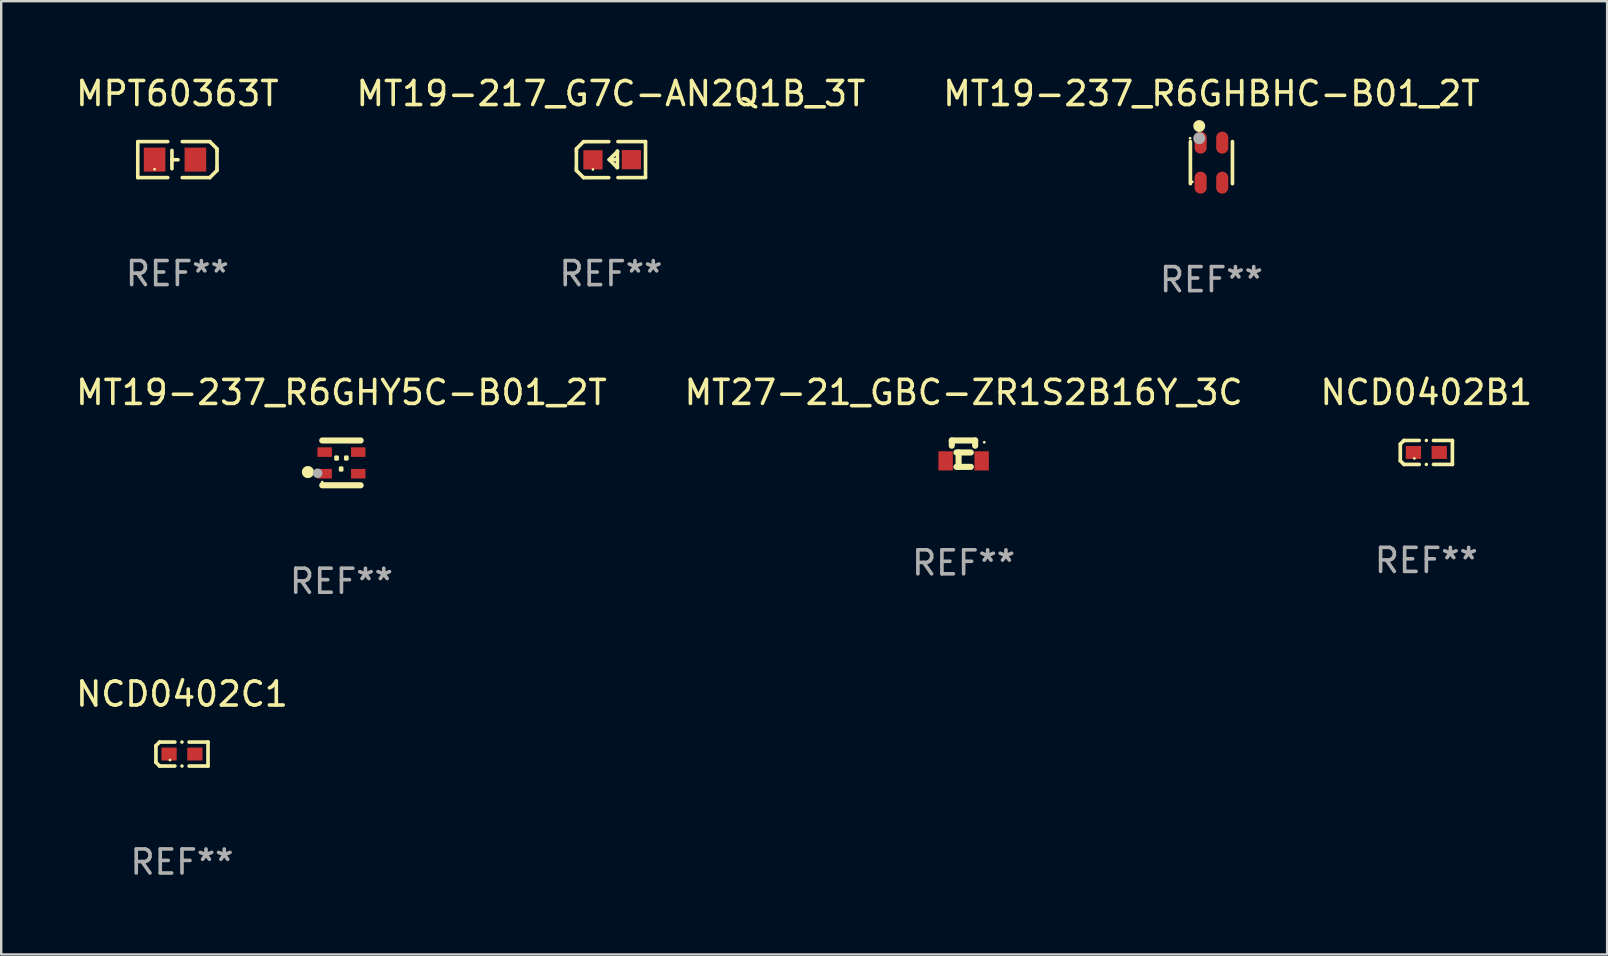
<source format=kicad_pcb>
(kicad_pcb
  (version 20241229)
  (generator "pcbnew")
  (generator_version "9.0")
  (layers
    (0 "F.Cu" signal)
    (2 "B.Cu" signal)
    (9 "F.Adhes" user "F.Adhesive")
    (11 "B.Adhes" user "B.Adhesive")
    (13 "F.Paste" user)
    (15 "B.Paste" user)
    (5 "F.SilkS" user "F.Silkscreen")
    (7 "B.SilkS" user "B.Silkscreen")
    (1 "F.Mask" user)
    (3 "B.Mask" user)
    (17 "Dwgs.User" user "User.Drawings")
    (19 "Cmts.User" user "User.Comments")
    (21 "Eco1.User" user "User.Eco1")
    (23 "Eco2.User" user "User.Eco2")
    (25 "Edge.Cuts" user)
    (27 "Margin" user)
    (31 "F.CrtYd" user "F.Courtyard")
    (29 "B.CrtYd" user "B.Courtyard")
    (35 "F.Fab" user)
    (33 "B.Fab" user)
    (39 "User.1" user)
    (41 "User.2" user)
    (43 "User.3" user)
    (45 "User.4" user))
  (footprint "MT19-217_G7C-AN2Q1B_3T"
    (layer "F.Cu")
    (at 22.399 3.599)
    (property "Reference" "MT19-217_G7C-AN2Q1B_3T" (at 0 -2.751 0) (layer "F.SilkS") (effects (font (size 1 1) (thickness 0.15))))
    (attr through_hole)
    (fp_line (start -1.44 -0.449) (end -1.14 -0.749) (stroke (width 0.15) (type solid)) (layer "F.SilkS"))
    (fp_line (start -1.44 -0.349) (end -1.44 -0.449) (stroke (width 0.15) (type solid)) (layer "F.SilkS"))
    (fp_line (start -1.44 -0.349) (end -1.44 0.351) (stroke (width 0.15) (type solid)) (layer "F.SilkS"))
    (fp_line (start -1.44 0.351) (end -1.44 0.451) (stroke (width 0.15) (type solid)) (layer "F.SilkS"))
    (fp_line (start -1.44 0.451) (end -1.14 0.751) (stroke (width 0.15) (type solid)) (layer "F.SilkS"))
    (fp_line (start -0.09 -0.749) (end -1.14 -0.749) (stroke (width 0.15) (type solid)) (layer "F.SilkS"))
    (fp_line (start -0.09 0.751) (end -1.14 0.751) (stroke (width 0.15) (type solid)) (layer "F.SilkS"))
    (fp_line (start 0.26 0.329) (end -0.07 -0.001) (stroke (width 0.15) (type solid)) (layer "F.SilkS"))
    (fp_line (start 0.27 -0.351) (end 0.27 -0.341) (stroke (width 0.15) (type solid)) (layer "F.SilkS"))
    (fp_line (start 0.27 -0.351) (end 0.27 0.329) (stroke (width 0.15) (type solid)) (layer "F.SilkS"))
    (fp_line (start 0.27 -0.341) (end -0.07 -0.001) (stroke (width 0.15) (type solid)) (layer "F.SilkS"))
    (fp_line (start 0.27 -0.001) (end -0.07 -0.001) (stroke (width 0.15) (type solid)) (layer "F.SilkS"))
    (fp_line (start 0.27 0.329) (end 0.26 0.329) (stroke (width 0.15) (type solid)) (layer "F.SilkS"))
    (fp_line (start 0.29 -0.751) (end 1.44 -0.751) (stroke (width 0.15) (type solid)) (layer "F.SilkS"))
    (fp_line (start 0.29 0.749) (end 1.44 0.749) (stroke (width 0.15) (type solid)) (layer "F.SilkS"))
    (fp_line (start 1.44 -0.751) (end 1.44 0.729) (stroke (width 0.15) (type solid)) (layer "F.SilkS"))
    (fp_circle (center -0.75 0.409) (end -0.72 0.409) (stroke (width 0.06) (type solid)) (fill no) (layer "F.SilkS"))
    (fp_text user "REF**" (at 0 4.751 0) (layer "F.Fab") (effects (font (size 1 1) (thickness 0.15))))
    (pad "1" smd rect (at -0.75 0.009 90) (size 0.8 0.8) (layers "F.Cu" "F.Mask" "F.Paste"))
    (pad "2" smd rect (at 0.849 0.002 90) (size 0.8 0.8) (layers "F.Cu" "F.Mask" "F.Paste")))
  (footprint "MT19-237_R6GHBHC-B01_2T"
    (layer "F.Cu")
    (at 47.411 3.724)
    (property "Reference" "MT19-237_R6GHBHC-B01_2T" (at 0 -2.876 0) (layer "F.SilkS") (effects (font (size 1 1) (thickness 0.15))))
    (attr through_hole)
    (fp_line (start -0.876 0.876) (end -0.876 -0.876) (stroke (width 0.152) (type solid)) (layer "F.SilkS"))
    (fp_line (start 0.876 0.876) (end 0.876 -0.876) (stroke (width 0.152) (type solid)) (layer "F.SilkS"))
    (fp_circle (center -0.889 -1.016) (end -0.859 -1.016) (stroke (width 0.06) (type solid)) (fill no) (layer "F.SilkS"))
    (fp_circle (center -0.8 0.8) (end -0.77 0.8) (stroke (width 0.06) (type solid)) (fill no) (layer "F.SilkS"))
    (fp_circle (center -0.508 -1.524) (end -0.383 -1.524) (stroke (width 0.25) (type solid)) (fill no) (layer "F.SilkS"))
    (fp_circle (center -0.508 -1.016) (end -0.383 -1.016) (stroke (width 0.25) (type solid)) (fill no) (layer "F.Fab"))
    (fp_text user "REF**" (at 0 4.876 0) (layer "F.Fab") (effects (font (size 1 1) (thickness 0.15))))
    (pad "1" smd oval (at -0.45 -0.833) (size 0.504 0.917) (layers "F.Cu" "F.Mask" "F.Paste"))
    (pad "2" smd oval (at 0.45 -0.833) (size 0.504 0.917) (layers "F.Cu" "F.Mask" "F.Paste"))
    (pad "3" smd oval (at 0.45 0.834) (size 0.504 0.917) (layers "F.Cu" "F.Mask" "F.Paste"))
    (pad "4" smd oval (at -0.45 0.834) (size 0.504 0.917) (layers "F.Cu" "F.Mask" "F.Paste")))
  (footprint "NCD0402C1"
    (layer "F.Cu")
    (at 4.53 28.359)
    (property "Reference" "NCD0402C1" (at 0 -2.499 0) (layer "F.SilkS") (effects (font (size 1 1) (thickness 0.15))))
    (attr through_hole)
    (fp_line (start -1.085 -0.346) (end -0.933 -0.499) (stroke (width 0.152) (type solid)) (layer "F.SilkS"))
    (fp_line (start -1.085 0.346) (end -1.085 -0.346) (stroke (width 0.152) (type solid)) (layer "F.SilkS"))
    (fp_line (start -0.933 -0.499) (end -0.296 -0.499) (stroke (width 0.152) (type solid)) (layer "F.SilkS"))
    (fp_line (start -0.933 0.499) (end -1.085 0.346) (stroke (width 0.152) (type solid)) (layer "F.SilkS"))
    (fp_line (start -0.296 0.499) (end -0.933 0.499) (stroke (width 0.152) (type solid)) (layer "F.SilkS"))
    (fp_line (start 0.296 0.499) (end 1.085 0.499) (stroke (width 0.152) (type solid)) (layer "F.SilkS"))
    (fp_line (start 1.085 -0.499) (end 0.296 -0.499) (stroke (width 0.152) (type solid)) (layer "F.SilkS"))
    (fp_line (start 1.085 0.499) (end 1.085 -0.499) (stroke (width 0.152) (type solid)) (layer "F.SilkS"))
    (fp_circle (center -0.5 0.25) (end -0.47 0.25) (stroke (width 0.06) (type solid)) (fill no) (layer "F.SilkS"))
    (fp_circle (center 0 -0.499) (end 0.038 -0.499) (stroke (width 0.076) (type solid)) (fill no) (layer "F.SilkS"))
    (fp_circle (center 0 0.499) (end 0.038 0.499) (stroke (width 0.076) (type solid)) (fill no) (layer "F.SilkS"))
    (fp_text user "REF**" (at 0 4.499 0) (layer "F.Fab") (effects (font (size 1 1) (thickness 0.15))))
    (pad "1" smd rect (at -0.538 0) (size 0.636 0.54) (layers "F.Cu" "F.Mask" "F.Paste"))
    (pad "2" smd rect (at 0.538 0) (size 0.636 0.54) (layers "F.Cu" "F.Mask" "F.Paste")))
  (footprint "NCD0402B1"
    (layer "F.Cu")
    (at 56.363 15.796)
    (property "Reference" "NCD0402B1" (at 0 -2.499 0) (layer "F.SilkS") (effects (font (size 1 1) (thickness 0.15))))
    (attr through_hole)
    (fp_line (start -1.085 -0.346) (end -0.933 -0.499) (stroke (width 0.152) (type solid)) (layer "F.SilkS"))
    (fp_line (start -1.085 0.346) (end -1.085 -0.346) (stroke (width 0.152) (type solid)) (layer "F.SilkS"))
    (fp_line (start -0.933 -0.499) (end -0.296 -0.499) (stroke (width 0.152) (type solid)) (layer "F.SilkS"))
    (fp_line (start -0.933 0.499) (end -1.085 0.346) (stroke (width 0.152) (type solid)) (layer "F.SilkS"))
    (fp_line (start -0.296 0.499) (end -0.933 0.499) (stroke (width 0.152) (type solid)) (layer "F.SilkS"))
    (fp_line (start 0.296 0.499) (end 1.085 0.499) (stroke (width 0.152) (type solid)) (layer "F.SilkS"))
    (fp_line (start 1.085 -0.499) (end 0.296 -0.499) (stroke (width 0.152) (type solid)) (layer "F.SilkS"))
    (fp_line (start 1.085 0.499) (end 1.085 -0.499) (stroke (width 0.152) (type solid)) (layer "F.SilkS"))
    (fp_circle (center -0.5 0.25) (end -0.47 0.25) (stroke (width 0.06) (type solid)) (fill no) (layer "F.SilkS"))
    (fp_circle (center 0 -0.499) (end 0.038 -0.499) (stroke (width 0.076) (type solid)) (fill no) (layer "F.SilkS"))
    (fp_circle (center 0 0.499) (end 0.038 0.499) (stroke (width 0.076) (type solid)) (fill no) (layer "F.SilkS"))
    (fp_text user "REF**" (at 0 4.499 0) (layer "F.Fab") (effects (font (size 1 1) (thickness 0.15))))
    (pad "1" smd rect (at -0.538 0) (size 0.636 0.54) (layers "F.Cu" "F.Mask" "F.Paste"))
    (pad "2" smd rect (at 0.538 0) (size 0.636 0.54) (layers "F.Cu" "F.Mask" "F.Paste")))
  (footprint "MPT60363T"
    (layer "F.Cu")
    (at 4.339 3.598)
    (property "Reference" "MPT60363T" (at 0 -2.75 0) (layer "F.SilkS") (effects (font (size 1 1) (thickness 0.15))))
    (attr through_hole)
    (fp_line (start -1.65 0.75) (end -1.65 -0.73) (stroke (width 0.15) (type solid)) (layer "F.SilkS"))
    (fp_line (start -0.4 -0.75) (end -1.65 -0.75) (stroke (width 0.15) (type solid)) (layer "F.SilkS"))
    (fp_line (start -0.4 0.75) (end -1.65 0.75) (stroke (width 0.15) (type solid)) (layer "F.SilkS"))
    (fp_line (start -0.227 -0.381) (end -0.227 0.381) (stroke (width 0.15) (type solid)) (layer "F.SilkS"))
    (fp_line (start -0.227 0.006) (end 0.027 0.006) (stroke (width 0.15) (type solid)) (layer "F.SilkS"))
    (fp_line (start 0.2 -0.75) (end 1.35 -0.75) (stroke (width 0.15) (type solid)) (layer "F.SilkS"))
    (fp_line (start 0.2 0.75) (end 1.35 0.75) (stroke (width 0.15) (type solid)) (layer "F.SilkS"))
    (fp_line (start 1.65 -0.45) (end 1.35 -0.75) (stroke (width 0.15) (type solid)) (layer "F.SilkS"))
    (fp_line (start 1.65 -0.35) (end 1.65 -0.45) (stroke (width 0.15) (type solid)) (layer "F.SilkS"))
    (fp_line (start 1.65 0.35) (end 1.65 -0.35) (stroke (width 0.15) (type solid)) (layer "F.SilkS"))
    (fp_line (start 1.65 0.35) (end 1.65 0.45) (stroke (width 0.15) (type solid)) (layer "F.SilkS"))
    (fp_line (start 1.65 0.45) (end 1.35 0.75) (stroke (width 0.15) (type solid)) (layer "F.SilkS"))
    (fp_circle (center -0.95 0.4) (end -0.92 0.4) (stroke (width 0.06) (type solid)) (fill no) (layer "F.SilkS"))
    (fp_text user "REF**" (at 0 4.75 0) (layer "F.Fab") (effects (font (size 1 1) (thickness 0.15))))
    (pad "1" smd rect (at -0.95 0.000025 270) (size 1 0.9) (layers "F.Cu" "F.Mask" "F.Paste"))
    (pad "2" smd rect (at 0.75 0.000025 270) (size 1 0.9) (layers "F.Cu" "F.Mask" "F.Paste")))
  (footprint "MT27-21_GBC-ZR1S2B16Y_3C"
    (layer "F.Cu")
    (at 37.089 15.847)
    (property "Reference" "MT27-21_GBC-ZR1S2B16Y_3C" (at 0 -2.55 0) (layer "F.SilkS") (effects (font (size 1 1) (thickness 0.15))))
    (attr through_hole)
    (fp_line (start -0.493 -0.55) (end -0.493 -0.331) (stroke (width 0.254) (type solid)) (layer "F.SilkS"))
    (fp_line (start -0.3 0.55) (end 0.3 0.55) (stroke (width 0.254) (type solid)) (layer "F.SilkS"))
    (fp_line (start -0.21 -0.05) (end -0.21 0.55) (stroke (width 0.254) (type solid)) (layer "F.SilkS"))
    (fp_line (start 0.3 -0.05) (end -0.3 -0.05) (stroke (width 0.254) (type solid)) (layer "F.SilkS"))
    (fp_line (start 0.48 -0.55) (end -0.493 -0.55) (stroke (width 0.254) (type solid)) (layer "F.SilkS"))
    (fp_line (start 0.48 -0.55) (end 0.48 -0.33) (stroke (width 0.254) (type solid)) (layer "F.SilkS"))
    (fp_circle (center 0.859 -0.475) (end 0.889 -0.475) (stroke (width 0.06) (type solid)) (fill no) (layer "F.SilkS"))
    (fp_text user "REF**" (at 0 4.55 0) (layer "F.Fab") (effects (font (size 1 1) (thickness 0.15))))
    (pad "1" smd rect (at 0.75 0.3) (size 0.6 0.8) (layers "F.Cu" "F.Mask" "F.Paste"))
    (pad "2" smd rect (at -0.75 0.3) (size 0.6 0.8) (layers "F.Cu" "F.Mask" "F.Paste")))
  (footprint "MT19-237_R6GHY5C-B01_2T"
    (layer "F.Cu")
    (at 11.173 16.231)
    (property "Reference" "MT19-237_R6GHY5C-B01_2T" (at 0 -2.933 0) (layer "F.SilkS") (effects (font (size 1 1) (thickness 0.15))))
    (attr through_hole)
    (fp_line (start -0.8 -0.933) (end 0.8 -0.933) (stroke (width 0.254) (type solid)) (layer "F.SilkS"))
    (fp_line (start 0.8 0.933) (end -0.8 0.933) (stroke (width 0.254) (type solid)) (layer "F.SilkS"))
    (fp_circle (center -1.397 0.382) (end -1.27 0.382) (stroke (width 0.254) (type solid)) (fill no) (layer "F.SilkS"))
    (fp_circle (center -0.802 0.801) (end -0.772 0.801) (stroke (width 0.06) (type solid)) (fill no) (layer "F.SilkS"))
    (fp_poly (pts (xy -0.241 -0.253) (xy -0.165 -0.253) (xy -0.165 -0.151) (xy -0.241 -0.151)) (stroke (width 0.12) (type solid)) (fill yes) (layer "F.SilkS"))
    (fp_poly (pts (xy -0.051 0.204) (xy 0.025 0.204) (xy 0.025 0.306) (xy -0.051 0.306)) (stroke (width 0.12) (type solid)) (fill yes) (layer "F.SilkS"))
    (fp_poly (pts (xy 0.165 -0.253) (xy 0.241 -0.253) (xy 0.241 -0.151) (xy 0.165 -0.151)) (stroke (width 0.12) (type solid)) (fill yes) (layer "F.SilkS"))
    (fp_circle (center -0.991 0.433) (end -0.891 0.433) (stroke (width 0.2) (type solid)) (fill no) (layer "F.Fab"))
    (fp_text user "REF**" (at 0 4.933 0) (layer "F.Fab") (effects (font (size 1 1) (thickness 0.15))))
    (pad "1" smd rect (at -0.7 0.451) (size 0.6 0.4) (layers "F.Cu" "F.Mask" "F.Paste"))
    (pad "2" smd rect (at 0.7 0.451) (size 0.6 0.4) (layers "F.Cu" "F.Mask" "F.Paste"))
    (pad "3" smd rect (at -0.7 -0.449) (size 0.6 0.4) (layers "F.Cu" "F.Mask" "F.Paste"))
    (pad "4" smd rect (at 0.7 -0.449) (size 0.6 0.4) (layers "F.Cu" "F.Mask" "F.Paste")))
  (gr_rect
    (start -3 -3)
    (end 63.893 36.706)
    (stroke (width 0.1) (type default))
    (fill no)
    (layer "Edge.Cuts")))
</source>
